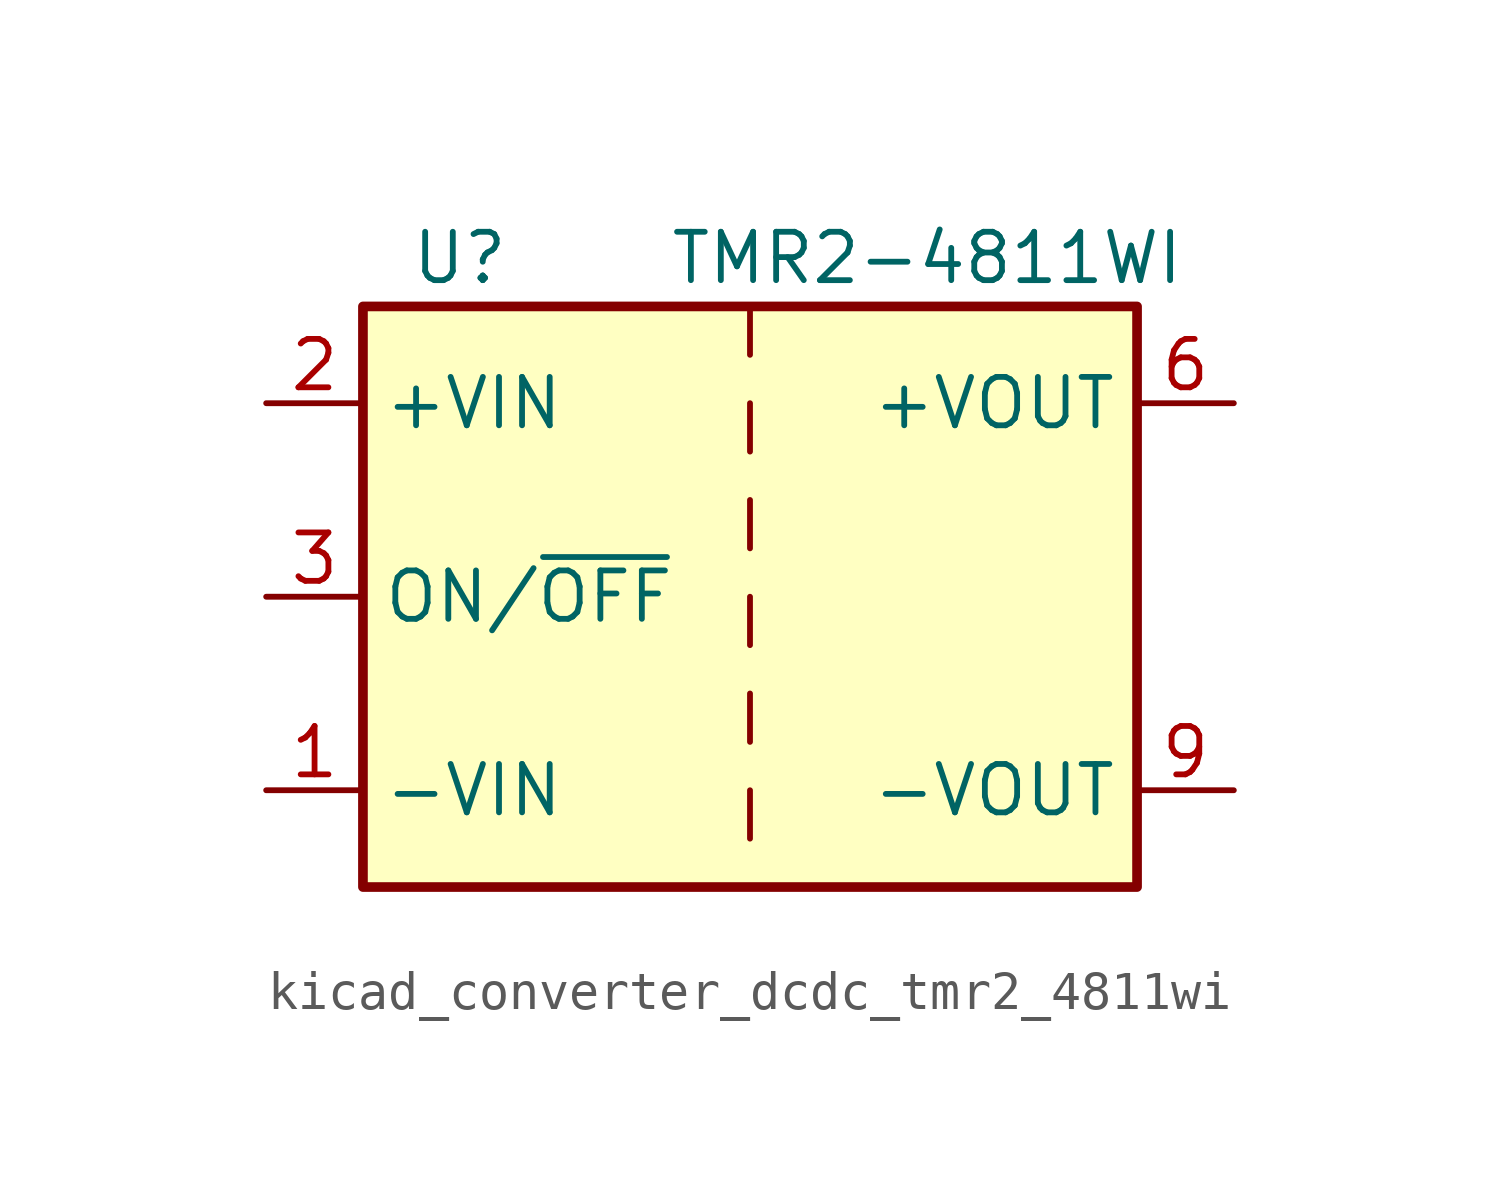
<source format=kicad_sym>
(kicad_symbol_lib
  (version 20220914)
  (generator kicad_symbol_editor)
  (symbol "kicad_converter_dcdc_tmr2_4811wi"
    (property "Reference" "U"
      (at -7.62 8.89 0)
      (effects (font (size 1.27 1.27))))
    (property "Value" "TMR2-4811WI"
      (at 11.43 8.89 0)
      (effects (font (size 1.27 1.27)) (justify right)))
    (symbol "kicad_converter_dcdc_tmr2_4811wi_0_1"
      (rectangle (start -10.16 7.62) (end 10.16 -7.62) (stroke (width 0.254) (type default)) (fill (type background)))
      (polyline (pts (xy 0 -5.08) (xy 0 -6.35)) (stroke (width 0) (type default)) (fill (type none)))
      (polyline (pts (xy 0 -2.54) (xy 0 -3.81)) (stroke (width 0) (type default)) (fill (type none)))
      (polyline (pts (xy 0 0) (xy 0 -1.27)) (stroke (width 0) (type default)) (fill (type none)))
      (polyline (pts (xy 0 2.54) (xy 0 1.27)) (stroke (width 0) (type default)) (fill (type none)))
      (polyline (pts (xy 0 5.08) (xy 0 3.81)) (stroke (width 0) (type default)) (fill (type none)))
      (polyline (pts (xy 0 7.62) (xy 0 6.35)) (stroke (width 0) (type default)) (fill (type none))))
    (symbol "kicad_converter_dcdc_tmr2_4811wi_1_1"
      (pin power_in line (at -12.7 -5.08 0) (length 2.54) (name "-VIN" (effects (font (size 1.27 1.27)))) (number "1" (effects (font (size 1.27 1.27)))))
      (pin power_in line (at -12.7 5.08 0) (length 2.54) (name "+VIN" (effects (font (size 1.27 1.27)))) (number "2" (effects (font (size 1.27 1.27)))))
      (pin input line (at -12.7 0 0) (length 2.54) (name "ON/~{OFF}" (effects (font (size 1.27 1.27)))) (number "3" (effects (font (size 1.27 1.27)))))
      (pin power_out line (at 12.7 5.08 180) (length 2.54) (name "+VOUT" (effects (font (size 1.27 1.27)))) (number "6" (effects (font (size 1.27 1.27)))))
      (pin no_connect line (at 10.16 2.54 180) (length 2.54) hide (name "NC" (effects (font (size 1.27 1.27)))) (number "7" (effects (font (size 1.27 1.27)))))
      (pin no_connect line (at 10.16 0 180) (length 2.54) hide (name "NC" (effects (font (size 1.27 1.27)))) (number "8" (effects (font (size 1.27 1.27)))))
      (pin power_out line (at 12.7 -5.08 180) (length 2.54) (name "-VOUT" (effects (font (size 1.27 1.27)))) (number "9" (effects (font (size 1.27 1.27))))))))
</source>
